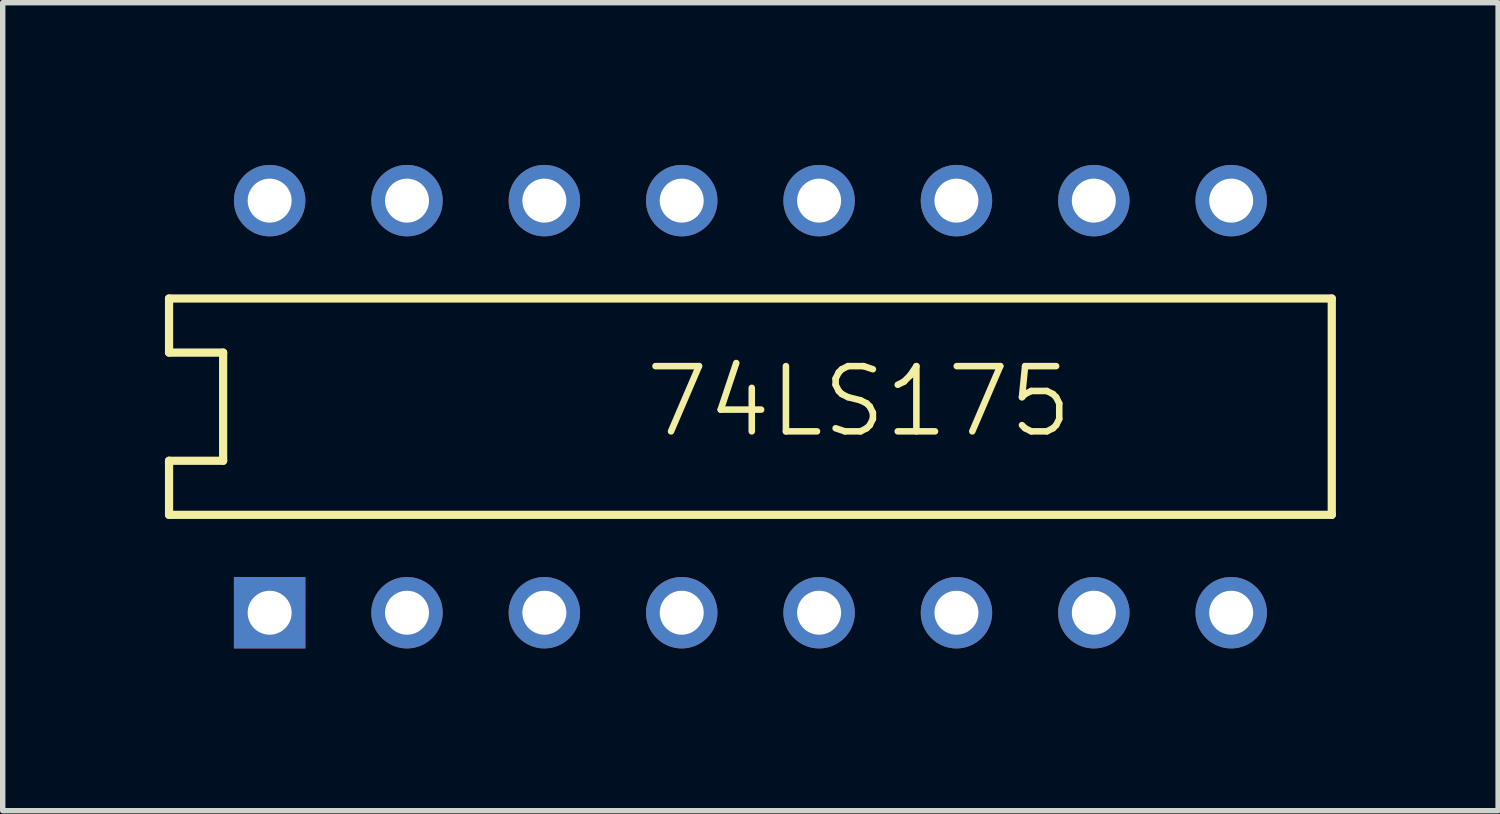
<source format=kicad_pcb>
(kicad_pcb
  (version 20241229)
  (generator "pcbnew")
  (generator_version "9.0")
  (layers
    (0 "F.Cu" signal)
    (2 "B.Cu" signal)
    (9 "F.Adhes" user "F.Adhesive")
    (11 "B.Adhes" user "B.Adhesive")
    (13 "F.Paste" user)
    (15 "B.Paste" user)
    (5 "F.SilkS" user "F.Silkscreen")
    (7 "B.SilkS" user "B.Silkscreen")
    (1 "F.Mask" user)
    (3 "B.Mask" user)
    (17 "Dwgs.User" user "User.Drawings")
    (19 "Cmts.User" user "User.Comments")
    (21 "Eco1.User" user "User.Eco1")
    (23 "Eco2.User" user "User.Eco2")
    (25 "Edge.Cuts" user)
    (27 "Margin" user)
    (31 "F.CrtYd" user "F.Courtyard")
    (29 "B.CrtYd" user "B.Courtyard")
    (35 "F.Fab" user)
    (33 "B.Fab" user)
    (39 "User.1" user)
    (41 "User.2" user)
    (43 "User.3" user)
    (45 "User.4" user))
  (footprint "74LS175"
    (layer "F.Cu")
    (at 1.936 8.28)
    (property "Reference" "74LS175" (at 6.883 -3.2 180) (layer "F.SilkS") (effects (font (size 1.206 1.206) (thickness 0.121)) (justify left bottom)))
    (attr through_hole)
    (fp_line (start -1.86 -5.81) (end -1.86 -4.81) (stroke (width 0.152) (type solid)) (layer "F.SilkS"))
    (fp_line (start -1.86 -4.81) (end -0.86 -4.81) (stroke (width 0.152) (type solid)) (layer "F.SilkS"))
    (fp_line (start -1.86 -2.81) (end -0.86 -2.81) (stroke (width 0.152) (type solid)) (layer "F.SilkS"))
    (fp_line (start -1.86 -1.81) (end -1.86 -2.81) (stroke (width 0.152) (type solid)) (layer "F.SilkS"))
    (fp_line (start -1.86 -1.81) (end 19.64 -1.81) (stroke (width 0.152) (type solid)) (layer "F.SilkS"))
    (fp_line (start -0.86 -2.81) (end -0.86 -4.81) (stroke (width 0.152) (type solid)) (layer "F.SilkS"))
    (fp_line (start 19.64 -5.81) (end -1.86 -5.81) (stroke (width 0.152) (type solid)) (layer "F.SilkS"))
    (fp_line (start 19.64 -5.81) (end 19.64 -1.81) (stroke (width 0.152) (type solid)) (layer "F.SilkS"))
    (pad "1" thru_hole rect (at 0 0 90) (size 1.321 1.321) (drill 0.813) (layers "*.Cu" "*.Mask"))
    (pad "2" thru_hole circle (at 2.54 0 90) (size 1.321 1.321) (drill 0.813) (layers "*.Cu" "*.Mask"))
    (pad "3" thru_hole circle (at 5.08 0 90) (size 1.321 1.321) (drill 0.813) (layers "*.Cu" "*.Mask"))
    (pad "4" thru_hole circle (at 7.62 0 90) (size 1.321 1.321) (drill 0.813) (layers "*.Cu" "*.Mask"))
    (pad "5" thru_hole circle (at 10.16 0 90) (size 1.321 1.321) (drill 0.813) (layers "*.Cu" "*.Mask"))
    (pad "6" thru_hole circle (at 12.7 0 90) (size 1.321 1.321) (drill 0.813) (layers "*.Cu" "*.Mask"))
    (pad "7" thru_hole circle (at 15.24 0 90) (size 1.321 1.321) (drill 0.813) (layers "*.Cu" "*.Mask"))
    (pad "8" thru_hole circle (at 17.78 0 90) (size 1.321 1.321) (drill 0.813) (layers "*.Cu" "*.Mask"))
    (pad "9" thru_hole circle (at 17.78 -7.62 90) (size 1.321 1.321) (drill 0.813) (layers "*.Cu" "*.Mask"))
    (pad "10" thru_hole circle (at 15.24 -7.62 90) (size 1.321 1.321) (drill 0.813) (layers "*.Cu" "*.Mask"))
    (pad "11" thru_hole circle (at 12.7 -7.62 90) (size 1.321 1.321) (drill 0.813) (layers "*.Cu" "*.Mask"))
    (pad "12" thru_hole circle (at 10.16 -7.62 90) (size 1.321 1.321) (drill 0.813) (layers "*.Cu" "*.Mask"))
    (pad "13" thru_hole circle (at 7.62 -7.62 90) (size 1.321 1.321) (drill 0.813) (layers "*.Cu" "*.Mask"))
    (pad "14" thru_hole circle (at 5.08 -7.62 90) (size 1.321 1.321) (drill 0.813) (layers "*.Cu" "*.Mask"))
    (pad "15" thru_hole circle (at 2.54 -7.62 90) (size 1.321 1.321) (drill 0.813) (layers "*.Cu" "*.Mask"))
    (pad "16" thru_hole circle (at 0 -7.62 90) (size 1.321 1.321) (drill 0.813) (layers "*.Cu" "*.Mask")))
  (gr_rect
    (start -3 -3)
    (end 24.652 11.941)
    (stroke (width 0.1) (type default))
    (fill no)
    (layer "Edge.Cuts")))
</source>
